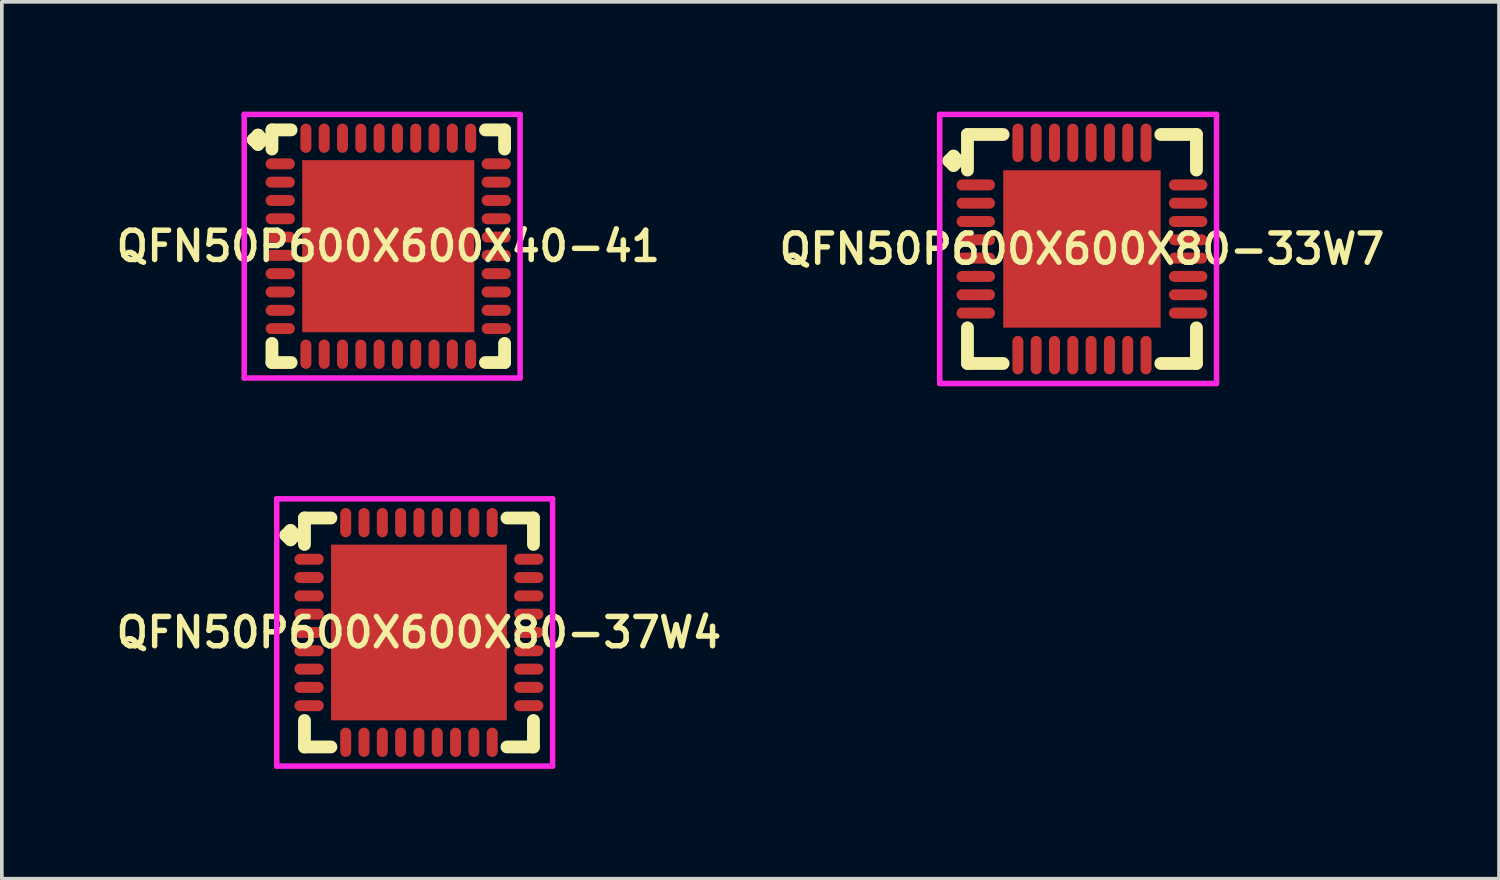
<source format=kicad_pcb>
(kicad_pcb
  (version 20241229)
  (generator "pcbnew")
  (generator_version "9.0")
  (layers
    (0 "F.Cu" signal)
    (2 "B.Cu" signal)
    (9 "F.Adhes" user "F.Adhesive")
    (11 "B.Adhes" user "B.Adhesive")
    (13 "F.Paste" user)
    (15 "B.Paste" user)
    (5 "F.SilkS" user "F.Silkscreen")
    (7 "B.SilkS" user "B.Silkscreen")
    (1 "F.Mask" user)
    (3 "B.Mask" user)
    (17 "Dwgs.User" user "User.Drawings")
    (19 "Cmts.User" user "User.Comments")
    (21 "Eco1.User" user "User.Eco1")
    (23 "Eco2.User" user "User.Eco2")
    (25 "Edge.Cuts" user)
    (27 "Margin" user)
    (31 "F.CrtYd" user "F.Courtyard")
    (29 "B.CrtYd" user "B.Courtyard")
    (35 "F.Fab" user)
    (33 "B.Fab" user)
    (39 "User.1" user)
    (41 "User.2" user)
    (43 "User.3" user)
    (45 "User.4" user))
  (footprint "QFN50P600X600X40-41"
    (layer "F.Cu")
    (at 7.555 3.675)
    (property "Reference" "QFN50P600X600X40-41" (at 0 0 0) (layer "F.SilkS") (effects (font (size 0.8 0.8) (thickness 0.15))))
    (attr smd)
    (fp_line (start -3.685 -2.908) (end -3.558 -3.035) (stroke (width 0.35) (type solid)) (layer "F.SilkS"))
    (fp_line (start -3.558 -3.035) (end -3.431 -2.908) (stroke (width 0.35) (type solid)) (layer "F.SilkS"))
    (fp_line (start -3.558 -2.781) (end -3.685 -2.908) (stroke (width 0.35) (type solid)) (layer "F.SilkS"))
    (fp_line (start -3.431 -2.908) (end -3.558 -2.781) (stroke (width 0.35) (type solid)) (layer "F.SilkS"))
    (fp_line (start -3.177 -3.177) (end -2.654 -3.177) (stroke (width 0.35) (type solid)) (layer "F.SilkS"))
    (fp_line (start -3.177 -2.654) (end -3.177 -3.177) (stroke (width 0.35) (type solid)) (layer "F.SilkS"))
    (fp_line (start -3.177 2.654) (end -3.177 3.177) (stroke (width 0.35) (type solid)) (layer "F.SilkS"))
    (fp_line (start -3.177 3.177) (end -2.654 3.177) (stroke (width 0.35) (type solid)) (layer "F.SilkS"))
    (fp_line (start 2.654 -3.177) (end 3.177 -3.177) (stroke (width 0.35) (type solid)) (layer "F.SilkS"))
    (fp_line (start 2.654 3.177) (end 3.177 3.177) (stroke (width 0.35) (type solid)) (layer "F.SilkS"))
    (fp_line (start 3.177 -3.177) (end 3.177 -2.654) (stroke (width 0.35) (type solid)) (layer "F.SilkS"))
    (fp_line (start 3.177 3.177) (end 3.177 2.654) (stroke (width 0.35) (type solid)) (layer "F.SilkS"))
    (fp_line (start -3.935 -3.6) (end 3.6 -3.6) (stroke (width 0.15) (type solid)) (layer "F.CrtYd"))
    (fp_line (start -3.935 3.6) (end -3.935 -3.6) (stroke (width 0.15) (type solid)) (layer "F.CrtYd"))
    (fp_line (start 3.6 -3.6) (end 3.6 3.6) (stroke (width 0.15) (type solid)) (layer "F.CrtYd"))
    (fp_line (start 3.6 3.6) (end -3.935 3.6) (stroke (width 0.15) (type solid)) (layer "F.CrtYd"))
    (pad "1" smd oval (at -2.95 -2.25) (size 0.8 0.3) (layers "F.Cu" "F.Mask" "F.Paste"))
    (pad "2" smd oval (at -2.95 -1.75) (size 0.8 0.3) (layers "F.Cu" "F.Mask" "F.Paste"))
    (pad "3" smd oval (at -2.95 -1.25) (size 0.8 0.3) (layers "F.Cu" "F.Mask" "F.Paste"))
    (pad "4" smd oval (at -2.95 -0.75) (size 0.8 0.3) (layers "F.Cu" "F.Mask" "F.Paste"))
    (pad "5" smd oval (at -2.95 -0.25) (size 0.8 0.3) (layers "F.Cu" "F.Mask" "F.Paste"))
    (pad "6" smd oval (at -2.95 0.25) (size 0.8 0.3) (layers "F.Cu" "F.Mask" "F.Paste"))
    (pad "7" smd oval (at -2.95 0.75) (size 0.8 0.3) (layers "F.Cu" "F.Mask" "F.Paste"))
    (pad "8" smd oval (at -2.95 1.25) (size 0.8 0.3) (layers "F.Cu" "F.Mask" "F.Paste"))
    (pad "9" smd oval (at -2.95 1.75) (size 0.8 0.3) (layers "F.Cu" "F.Mask" "F.Paste"))
    (pad "10" smd oval (at -2.95 2.25) (size 0.8 0.3) (layers "F.Cu" "F.Mask" "F.Paste"))
    (pad "11" smd oval (at -2.25 2.95) (size 0.3 0.8) (layers "F.Cu" "F.Mask" "F.Paste"))
    (pad "12" smd oval (at -1.75 2.95) (size 0.3 0.8) (layers "F.Cu" "F.Mask" "F.Paste"))
    (pad "13" smd oval (at -1.25 2.95) (size 0.3 0.8) (layers "F.Cu" "F.Mask" "F.Paste"))
    (pad "14" smd oval (at -0.75 2.95) (size 0.3 0.8) (layers "F.Cu" "F.Mask" "F.Paste"))
    (pad "15" smd oval (at -0.25 2.95) (size 0.3 0.8) (layers "F.Cu" "F.Mask" "F.Paste"))
    (pad "16" smd oval (at 0.25 2.95) (size 0.3 0.8) (layers "F.Cu" "F.Mask" "F.Paste"))
    (pad "17" smd oval (at 0.75 2.95) (size 0.3 0.8) (layers "F.Cu" "F.Mask" "F.Paste"))
    (pad "18" smd oval (at 1.25 2.95) (size 0.3 0.8) (layers "F.Cu" "F.Mask" "F.Paste"))
    (pad "19" smd oval (at 1.75 2.95) (size 0.3 0.8) (layers "F.Cu" "F.Mask" "F.Paste"))
    (pad "20" smd oval (at 2.25 2.95) (size 0.3 0.8) (layers "F.Cu" "F.Mask" "F.Paste"))
    (pad "21" smd oval (at 2.95 2.25) (size 0.8 0.3) (layers "F.Cu" "F.Mask" "F.Paste"))
    (pad "22" smd oval (at 2.95 1.75) (size 0.8 0.3) (layers "F.Cu" "F.Mask" "F.Paste"))
    (pad "23" smd oval (at 2.95 1.25) (size 0.8 0.3) (layers "F.Cu" "F.Mask" "F.Paste"))
    (pad "24" smd oval (at 2.95 0.75) (size 0.8 0.3) (layers "F.Cu" "F.Mask" "F.Paste"))
    (pad "25" smd oval (at 2.95 0.25) (size 0.8 0.3) (layers "F.Cu" "F.Mask" "F.Paste"))
    (pad "26" smd oval (at 2.95 -0.25) (size 0.8 0.3) (layers "F.Cu" "F.Mask" "F.Paste"))
    (pad "27" smd oval (at 2.95 -0.75) (size 0.8 0.3) (layers "F.Cu" "F.Mask" "F.Paste"))
    (pad "28" smd oval (at 2.95 -1.25) (size 0.8 0.3) (layers "F.Cu" "F.Mask" "F.Paste"))
    (pad "29" smd oval (at 2.95 -1.75) (size 0.8 0.3) (layers "F.Cu" "F.Mask" "F.Paste"))
    (pad "30" smd oval (at 2.95 -2.25) (size 0.8 0.3) (layers "F.Cu" "F.Mask" "F.Paste"))
    (pad "31" smd oval (at 2.25 -2.95) (size 0.3 0.8) (layers "F.Cu" "F.Mask" "F.Paste"))
    (pad "32" smd oval (at 1.75 -2.95) (size 0.3 0.8) (layers "F.Cu" "F.Mask" "F.Paste"))
    (pad "33" smd oval (at 1.25 -2.95) (size 0.3 0.8) (layers "F.Cu" "F.Mask" "F.Paste"))
    (pad "34" smd oval (at 0.75 -2.95) (size 0.3 0.8) (layers "F.Cu" "F.Mask" "F.Paste"))
    (pad "35" smd oval (at 0.25 -2.95) (size 0.3 0.8) (layers "F.Cu" "F.Mask" "F.Paste"))
    (pad "36" smd oval (at -0.25 -2.95) (size 0.3 0.8) (layers "F.Cu" "F.Mask" "F.Paste"))
    (pad "37" smd oval (at -0.75 -2.95) (size 0.3 0.8) (layers "F.Cu" "F.Mask" "F.Paste"))
    (pad "38" smd oval (at -1.25 -2.95) (size 0.3 0.8) (layers "F.Cu" "F.Mask" "F.Paste"))
    (pad "39" smd oval (at -1.75 -2.95) (size 0.3 0.8) (layers "F.Cu" "F.Mask" "F.Paste"))
    (pad "40" smd oval (at -2.25 -2.95) (size 0.3 0.8) (layers "F.Cu" "F.Mask" "F.Paste"))
    (pad "41" smd rect (at 0 0) (size 4.7 4.7) (layers "F.Cu" "F.Mask" "F.Paste")))
  (footprint "QFN50P600X600X80-37W4"
    (layer "F.Cu")
    (at 8.393 14.225)
    (property "Reference" "QFN50P600X600X80-37W4" (at 0 0 0) (layer "F.SilkS") (effects (font (size 0.8 0.8) (thickness 0.15))))
    (attr smd)
    (fp_line (start -3.635 -2.658) (end -3.508 -2.785) (stroke (width 0.35) (type solid)) (layer "F.SilkS"))
    (fp_line (start -3.508 -2.785) (end -3.381 -2.658) (stroke (width 0.35) (type solid)) (layer "F.SilkS"))
    (fp_line (start -3.508 -2.531) (end -3.635 -2.658) (stroke (width 0.35) (type solid)) (layer "F.SilkS"))
    (fp_line (start -3.381 -2.658) (end -3.508 -2.531) (stroke (width 0.35) (type solid)) (layer "F.SilkS"))
    (fp_line (start -3.127 -3.127) (end -2.404 -3.127) (stroke (width 0.35) (type solid)) (layer "F.SilkS"))
    (fp_line (start -3.127 -2.404) (end -3.127 -3.127) (stroke (width 0.35) (type solid)) (layer "F.SilkS"))
    (fp_line (start -3.127 2.404) (end -3.127 3.127) (stroke (width 0.35) (type solid)) (layer "F.SilkS"))
    (fp_line (start -3.127 3.127) (end -2.404 3.127) (stroke (width 0.35) (type solid)) (layer "F.SilkS"))
    (fp_line (start 2.404 -3.127) (end 3.127 -3.127) (stroke (width 0.35) (type solid)) (layer "F.SilkS"))
    (fp_line (start 2.404 3.127) (end 3.127 3.127) (stroke (width 0.35) (type solid)) (layer "F.SilkS"))
    (fp_line (start 3.127 -3.127) (end 3.127 -2.404) (stroke (width 0.35) (type solid)) (layer "F.SilkS"))
    (fp_line (start 3.127 3.127) (end 3.127 2.404) (stroke (width 0.35) (type solid)) (layer "F.SilkS"))
    (fp_line (start -3.885 -3.65) (end 3.65 -3.65) (stroke (width 0.15) (type solid)) (layer "F.CrtYd"))
    (fp_line (start -3.885 3.65) (end -3.885 -3.65) (stroke (width 0.15) (type solid)) (layer "F.CrtYd"))
    (fp_line (start 3.65 -3.65) (end 3.65 3.65) (stroke (width 0.15) (type solid)) (layer "F.CrtYd"))
    (fp_line (start 3.65 3.65) (end -3.885 3.65) (stroke (width 0.15) (type solid)) (layer "F.CrtYd"))
    (pad "1" smd oval (at -3 -2) (size 0.8 0.3) (layers "F.Cu" "F.Mask" "F.Paste"))
    (pad "2" smd oval (at -3 -1.5) (size 0.8 0.3) (layers "F.Cu" "F.Mask" "F.Paste"))
    (pad "3" smd oval (at -3 -1) (size 0.8 0.3) (layers "F.Cu" "F.Mask" "F.Paste"))
    (pad "4" smd oval (at -3 -0.5) (size 0.8 0.3) (layers "F.Cu" "F.Mask" "F.Paste"))
    (pad "5" smd oval (at -3 0) (size 0.8 0.3) (layers "F.Cu" "F.Mask" "F.Paste"))
    (pad "6" smd oval (at -3 0.5) (size 0.8 0.3) (layers "F.Cu" "F.Mask" "F.Paste"))
    (pad "7" smd oval (at -3 1) (size 0.8 0.3) (layers "F.Cu" "F.Mask" "F.Paste"))
    (pad "8" smd oval (at -3 1.5) (size 0.8 0.3) (layers "F.Cu" "F.Mask" "F.Paste"))
    (pad "9" smd oval (at -3 2) (size 0.8 0.3) (layers "F.Cu" "F.Mask" "F.Paste"))
    (pad "10" smd oval (at -2 3) (size 0.3 0.8) (layers "F.Cu" "F.Mask" "F.Paste"))
    (pad "11" smd oval (at -1.5 3) (size 0.3 0.8) (layers "F.Cu" "F.Mask" "F.Paste"))
    (pad "12" smd oval (at -1 3) (size 0.3 0.8) (layers "F.Cu" "F.Mask" "F.Paste"))
    (pad "13" smd oval (at -0.5 3) (size 0.3 0.8) (layers "F.Cu" "F.Mask" "F.Paste"))
    (pad "14" smd oval (at 0 3) (size 0.3 0.8) (layers "F.Cu" "F.Mask" "F.Paste"))
    (pad "15" smd oval (at 0.5 3) (size 0.3 0.8) (layers "F.Cu" "F.Mask" "F.Paste"))
    (pad "16" smd oval (at 1 3) (size 0.3 0.8) (layers "F.Cu" "F.Mask" "F.Paste"))
    (pad "17" smd oval (at 1.5 3) (size 0.3 0.8) (layers "F.Cu" "F.Mask" "F.Paste"))
    (pad "18" smd oval (at 2 3) (size 0.3 0.8) (layers "F.Cu" "F.Mask" "F.Paste"))
    (pad "19" smd oval (at 3 2) (size 0.8 0.3) (layers "F.Cu" "F.Mask" "F.Paste"))
    (pad "20" smd oval (at 3 1.5) (size 0.8 0.3) (layers "F.Cu" "F.Mask" "F.Paste"))
    (pad "21" smd oval (at 3 1) (size 0.8 0.3) (layers "F.Cu" "F.Mask" "F.Paste"))
    (pad "22" smd oval (at 3 0.5) (size 0.8 0.3) (layers "F.Cu" "F.Mask" "F.Paste"))
    (pad "23" smd oval (at 3 0) (size 0.8 0.3) (layers "F.Cu" "F.Mask" "F.Paste"))
    (pad "24" smd oval (at 3 -0.5) (size 0.8 0.3) (layers "F.Cu" "F.Mask" "F.Paste"))
    (pad "25" smd oval (at 3 -1) (size 0.8 0.3) (layers "F.Cu" "F.Mask" "F.Paste"))
    (pad "26" smd oval (at 3 -1.5) (size 0.8 0.3) (layers "F.Cu" "F.Mask" "F.Paste"))
    (pad "27" smd oval (at 3 -2) (size 0.8 0.3) (layers "F.Cu" "F.Mask" "F.Paste"))
    (pad "28" smd oval (at 2 -3) (size 0.3 0.8) (layers "F.Cu" "F.Mask" "F.Paste"))
    (pad "29" smd oval (at 1.5 -3) (size 0.3 0.8) (layers "F.Cu" "F.Mask" "F.Paste"))
    (pad "30" smd oval (at 1 -3) (size 0.3 0.8) (layers "F.Cu" "F.Mask" "F.Paste"))
    (pad "31" smd oval (at 0.5 -3) (size 0.3 0.8) (layers "F.Cu" "F.Mask" "F.Paste"))
    (pad "32" smd oval (at 0 -3) (size 0.3 0.8) (layers "F.Cu" "F.Mask" "F.Paste"))
    (pad "33" smd oval (at -0.5 -3) (size 0.3 0.8) (layers "F.Cu" "F.Mask" "F.Paste"))
    (pad "34" smd oval (at -1 -3) (size 0.3 0.8) (layers "F.Cu" "F.Mask" "F.Paste"))
    (pad "35" smd oval (at -1.5 -3) (size 0.3 0.8) (layers "F.Cu" "F.Mask" "F.Paste"))
    (pad "36" smd oval (at -2 -3) (size 0.3 0.8) (layers "F.Cu" "F.Mask" "F.Paste"))
    (pad "37" smd rect (at 0 0) (size 4.8 4.8) (layers "F.Cu" "F.Mask" "F.Paste")))
  (footprint "QFN50P600X600X80-33W7"
    (layer "F.Cu")
    (at 26.502 3.75)
    (property "Reference" "QFN50P600X600X80-33W7" (at 0 0 0) (layer "F.SilkS") (effects (font (size 0.8 0.8) (thickness 0.15))))
    (attr smd)
    (fp_line (start -3.635 -2.408) (end -3.508 -2.535) (stroke (width 0.35) (type solid)) (layer "F.SilkS"))
    (fp_line (start -3.508 -2.535) (end -3.381 -2.408) (stroke (width 0.35) (type solid)) (layer "F.SilkS"))
    (fp_line (start -3.508 -2.281) (end -3.635 -2.408) (stroke (width 0.35) (type solid)) (layer "F.SilkS"))
    (fp_line (start -3.381 -2.408) (end -3.508 -2.281) (stroke (width 0.35) (type solid)) (layer "F.SilkS"))
    (fp_line (start -3.127 -3.127) (end -2.154 -3.127) (stroke (width 0.35) (type solid)) (layer "F.SilkS"))
    (fp_line (start -3.127 -2.154) (end -3.127 -3.127) (stroke (width 0.35) (type solid)) (layer "F.SilkS"))
    (fp_line (start -3.127 2.154) (end -3.127 3.127) (stroke (width 0.35) (type solid)) (layer "F.SilkS"))
    (fp_line (start -3.127 3.127) (end -2.154 3.127) (stroke (width 0.35) (type solid)) (layer "F.SilkS"))
    (fp_line (start 2.154 -3.127) (end 3.127 -3.127) (stroke (width 0.35) (type solid)) (layer "F.SilkS"))
    (fp_line (start 2.154 3.127) (end 3.127 3.127) (stroke (width 0.35) (type solid)) (layer "F.SilkS"))
    (fp_line (start 3.127 -3.127) (end 3.127 -2.154) (stroke (width 0.35) (type solid)) (layer "F.SilkS"))
    (fp_line (start 3.127 3.127) (end 3.127 2.154) (stroke (width 0.35) (type solid)) (layer "F.SilkS"))
    (fp_line (start -3.885 -3.675) (end 3.675 -3.675) (stroke (width 0.15) (type solid)) (layer "F.CrtYd"))
    (fp_line (start -3.885 3.675) (end -3.885 -3.675) (stroke (width 0.15) (type solid)) (layer "F.CrtYd"))
    (fp_line (start 3.675 -3.675) (end 3.675 3.675) (stroke (width 0.15) (type solid)) (layer "F.CrtYd"))
    (fp_line (start 3.675 3.675) (end -3.885 3.675) (stroke (width 0.15) (type solid)) (layer "F.CrtYd"))
    (pad "1" smd oval (at -2.9 -1.75) (size 1.05 0.3) (layers "F.Cu" "F.Mask" "F.Paste"))
    (pad "2" smd oval (at -2.9 -1.25) (size 1.05 0.3) (layers "F.Cu" "F.Mask" "F.Paste"))
    (pad "3" smd oval (at -2.9 -0.75) (size 1.05 0.3) (layers "F.Cu" "F.Mask" "F.Paste"))
    (pad "4" smd oval (at -2.9 -0.25) (size 1.05 0.3) (layers "F.Cu" "F.Mask" "F.Paste"))
    (pad "5" smd oval (at -2.9 0.25) (size 1.05 0.3) (layers "F.Cu" "F.Mask" "F.Paste"))
    (pad "6" smd oval (at -2.9 0.75) (size 1.05 0.3) (layers "F.Cu" "F.Mask" "F.Paste"))
    (pad "7" smd oval (at -2.9 1.25) (size 1.05 0.3) (layers "F.Cu" "F.Mask" "F.Paste"))
    (pad "8" smd oval (at -2.9 1.75) (size 1.05 0.3) (layers "F.Cu" "F.Mask" "F.Paste"))
    (pad "9" smd oval (at -1.75 2.9) (size 0.3 1.05) (layers "F.Cu" "F.Mask" "F.Paste"))
    (pad "10" smd oval (at -1.25 2.9) (size 0.3 1.05) (layers "F.Cu" "F.Mask" "F.Paste"))
    (pad "11" smd oval (at -0.75 2.9) (size 0.3 1.05) (layers "F.Cu" "F.Mask" "F.Paste"))
    (pad "12" smd oval (at -0.25 2.9) (size 0.3 1.05) (layers "F.Cu" "F.Mask" "F.Paste"))
    (pad "13" smd oval (at 0.25 2.9) (size 0.3 1.05) (layers "F.Cu" "F.Mask" "F.Paste"))
    (pad "14" smd oval (at 0.75 2.9) (size 0.3 1.05) (layers "F.Cu" "F.Mask" "F.Paste"))
    (pad "15" smd oval (at 1.25 2.9) (size 0.3 1.05) (layers "F.Cu" "F.Mask" "F.Paste"))
    (pad "16" smd oval (at 1.75 2.9) (size 0.3 1.05) (layers "F.Cu" "F.Mask" "F.Paste"))
    (pad "17" smd oval (at 2.9 1.75) (size 1.05 0.3) (layers "F.Cu" "F.Mask" "F.Paste"))
    (pad "18" smd oval (at 2.9 1.25) (size 1.05 0.3) (layers "F.Cu" "F.Mask" "F.Paste"))
    (pad "19" smd oval (at 2.9 0.75) (size 1.05 0.3) (layers "F.Cu" "F.Mask" "F.Paste"))
    (pad "20" smd oval (at 2.9 0.25) (size 1.05 0.3) (layers "F.Cu" "F.Mask" "F.Paste"))
    (pad "21" smd oval (at 2.9 -0.25) (size 1.05 0.3) (layers "F.Cu" "F.Mask" "F.Paste"))
    (pad "22" smd oval (at 2.9 -0.75) (size 1.05 0.3) (layers "F.Cu" "F.Mask" "F.Paste"))
    (pad "23" smd oval (at 2.9 -1.25) (size 1.05 0.3) (layers "F.Cu" "F.Mask" "F.Paste"))
    (pad "24" smd oval (at 2.9 -1.75) (size 1.05 0.3) (layers "F.Cu" "F.Mask" "F.Paste"))
    (pad "25" smd oval (at 1.75 -2.9) (size 0.3 1.05) (layers "F.Cu" "F.Mask" "F.Paste"))
    (pad "26" smd oval (at 1.25 -2.9) (size 0.3 1.05) (layers "F.Cu" "F.Mask" "F.Paste"))
    (pad "27" smd oval (at 0.75 -2.9) (size 0.3 1.05) (layers "F.Cu" "F.Mask" "F.Paste"))
    (pad "28" smd oval (at 0.25 -2.9) (size 0.3 1.05) (layers "F.Cu" "F.Mask" "F.Paste"))
    (pad "29" smd oval (at -0.25 -2.9) (size 0.3 1.05) (layers "F.Cu" "F.Mask" "F.Paste"))
    (pad "30" smd oval (at -0.75 -2.9) (size 0.3 1.05) (layers "F.Cu" "F.Mask" "F.Paste"))
    (pad "31" smd oval (at -1.25 -2.9) (size 0.3 1.05) (layers "F.Cu" "F.Mask" "F.Paste"))
    (pad "32" smd oval (at -1.75 -2.9) (size 0.3 1.05) (layers "F.Cu" "F.Mask" "F.Paste"))
    (pad "33" smd rect (at 0 0) (size 4.3 4.3) (layers "F.Cu" "F.Mask" "F.Paste")))
  (gr_rect
    (start -3 -3)
    (end 37.894 20.95)
    (stroke (width 0.1) (type default))
    (fill no)
    (layer "Edge.Cuts")))
</source>
